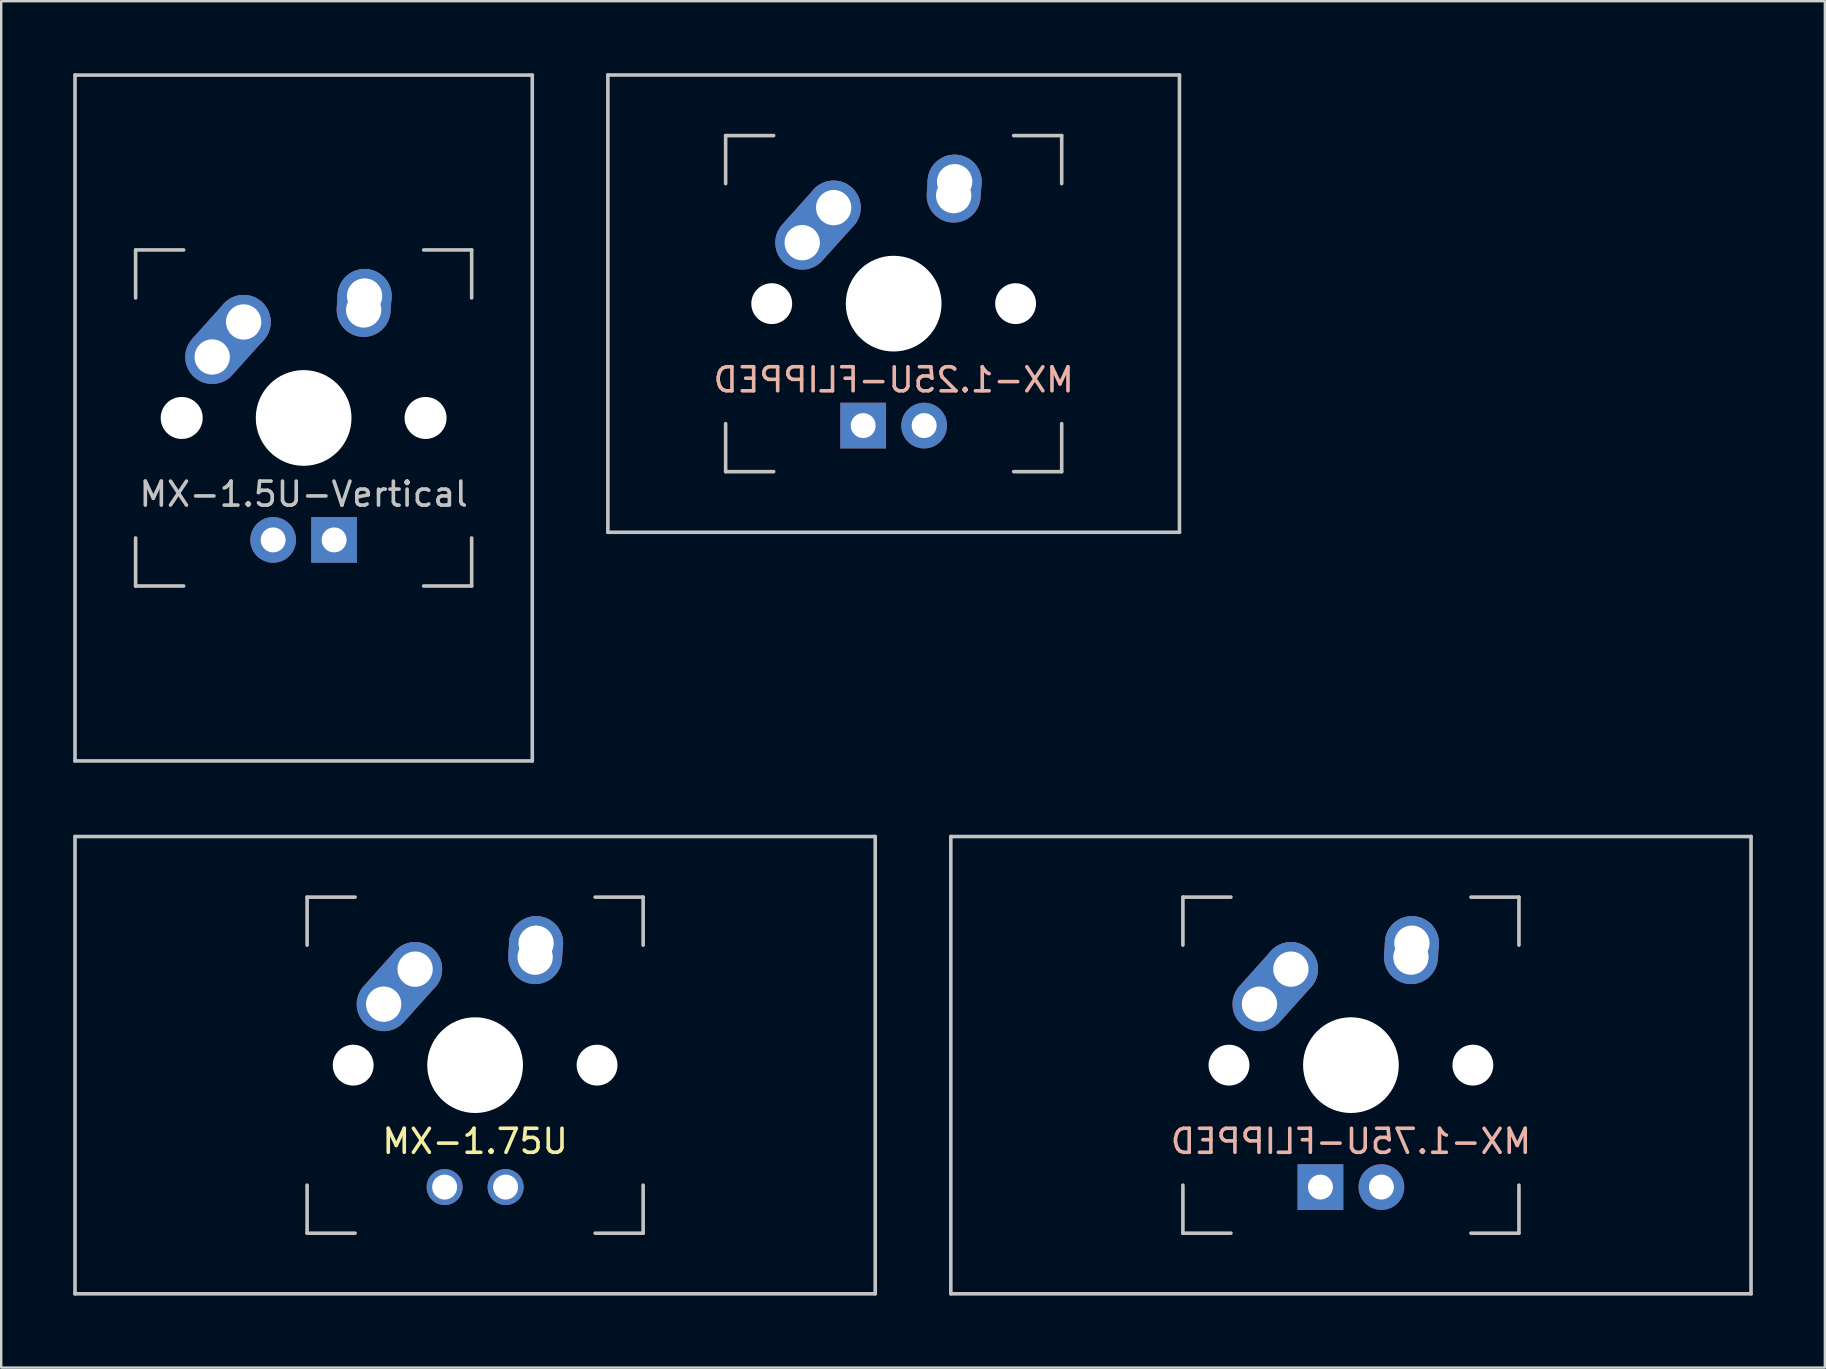
<source format=kicad_pcb>
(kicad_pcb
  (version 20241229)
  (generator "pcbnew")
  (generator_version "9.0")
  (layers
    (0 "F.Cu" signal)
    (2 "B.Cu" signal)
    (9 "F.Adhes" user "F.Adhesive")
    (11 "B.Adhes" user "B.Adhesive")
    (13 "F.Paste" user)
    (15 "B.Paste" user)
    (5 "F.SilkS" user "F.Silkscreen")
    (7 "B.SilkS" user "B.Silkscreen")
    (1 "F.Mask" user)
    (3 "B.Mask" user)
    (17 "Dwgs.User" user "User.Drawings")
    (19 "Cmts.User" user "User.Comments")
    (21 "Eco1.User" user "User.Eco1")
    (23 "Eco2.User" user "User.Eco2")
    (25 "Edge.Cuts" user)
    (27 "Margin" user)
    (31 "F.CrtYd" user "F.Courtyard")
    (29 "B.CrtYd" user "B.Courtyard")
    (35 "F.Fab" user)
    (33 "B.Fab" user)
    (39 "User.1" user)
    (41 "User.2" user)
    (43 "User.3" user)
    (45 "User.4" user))
  (footprint "MX-1.25U-FLIPPED"
    (layer "F.Cu")
    (at 34.181 9.6)
    (property "Reference" "MX-1.25U-FLIPPED" (at 0 3.175 0) (layer "B.SilkS") (effects (font (size 1 1) (thickness 0.15)) (justify mirror)))
    (attr through_hole)
    (fp_line (start -11.906 -9.525) (end 11.906 -9.525) (stroke (width 0.15) (type solid)) (layer "Dwgs.User"))
    (fp_line (start -11.906 9.525) (end -11.906 -9.525) (stroke (width 0.15) (type solid)) (layer "Dwgs.User"))
    (fp_line (start -11.906 9.525) (end 11.906 9.525) (stroke (width 0.15) (type solid)) (layer "Dwgs.User"))
    (fp_line (start -7 -7) (end -7 -5) (stroke (width 0.15) (type solid)) (layer "Dwgs.User"))
    (fp_line (start -7 5) (end -7 7) (stroke (width 0.15) (type solid)) (layer "Dwgs.User"))
    (fp_line (start -7 7) (end -5 7) (stroke (width 0.15) (type solid)) (layer "Dwgs.User"))
    (fp_line (start -5 -7) (end -7 -7) (stroke (width 0.15) (type solid)) (layer "Dwgs.User"))
    (fp_line (start 5 -7) (end 7 -7) (stroke (width 0.15) (type solid)) (layer "Dwgs.User"))
    (fp_line (start 5 7) (end 7 7) (stroke (width 0.15) (type solid)) (layer "Dwgs.User"))
    (fp_line (start 7 -7) (end 7 -5) (stroke (width 0.15) (type solid)) (layer "Dwgs.User"))
    (fp_line (start 7 7) (end 7 5) (stroke (width 0.15) (type solid)) (layer "Dwgs.User"))
    (fp_line (start 11.906 -9.525) (end 11.906 9.525) (stroke (width 0.15) (type solid)) (layer "Dwgs.User"))
    (pad "" np_thru_hole circle (at -5.08 0 48.1) (size 1.702 1.702) (drill 1.702) (layers "*.Cu" "*.Mask"))
    (pad "" np_thru_hole circle (at 0 0) (size 3.988 3.988) (drill 3.988) (layers "*.Cu" "*.Mask"))
    (pad "" np_thru_hole circle (at 5.08 0 48.1) (size 1.702 1.702) (drill 1.702) (layers "*.Cu" "*.Mask"))
    (pad "1" thru_hole oval (at -3.81 -2.54 48.1) (size 4.212 2.25) (drill 1.47 (offset 0.981 0)) (layers "*.Cu" "*.Mask"))
    (pad "1" thru_hole circle (at -2.5 -4) (size 2.25 2.25) (drill 1.47) (layers "*.Cu" "*.Mask"))
    (pad "2" thru_hole oval (at 2.5 -4.5 86.055) (size 2.831 2.25) (drill 1.47 (offset 0.291 0)) (layers "*.Cu" "*.Mask"))
    (pad "2" thru_hole circle (at 2.54 -5.08) (size 2.25 2.25) (drill 1.47) (layers "*.Cu" "*.Mask"))
    (pad "3" thru_hole circle (at 1.27 5.08) (size 1.905 1.905) (drill 1.04) (layers "*.Cu" "*.Mask"))
    (pad "4" thru_hole rect (at -1.27 5.08) (size 1.905 1.905) (drill 1.04) (layers "*.Cu" "*.Mask")))
  (footprint "MX-1.5U-Vertical"
    (layer "F.Cu")
    (at 9.6 14.363)
    (property "Reference" "MX-1.5U-Vertical" (at 0 3.175 0) (layer "Dwgs.User") (effects (font (size 1 1) (thickness 0.15))))
    (attr through_hole)
    (fp_line (start -9.525 -14.287) (end -9.525 14.287) (stroke (width 0.15) (type solid)) (layer "Dwgs.User"))
    (fp_line (start -7 -7) (end -7 -5) (stroke (width 0.15) (type solid)) (layer "Dwgs.User"))
    (fp_line (start -7 5) (end -7 7) (stroke (width 0.15) (type solid)) (layer "Dwgs.User"))
    (fp_line (start -7 7) (end -5 7) (stroke (width 0.15) (type solid)) (layer "Dwgs.User"))
    (fp_line (start -5 -7) (end -7 -7) (stroke (width 0.15) (type solid)) (layer "Dwgs.User"))
    (fp_line (start 5 -7) (end 7 -7) (stroke (width 0.15) (type solid)) (layer "Dwgs.User"))
    (fp_line (start 5 7) (end 7 7) (stroke (width 0.15) (type solid)) (layer "Dwgs.User"))
    (fp_line (start 7 -7) (end 7 -5) (stroke (width 0.15) (type solid)) (layer "Dwgs.User"))
    (fp_line (start 7 7) (end 7 5) (stroke (width 0.15) (type solid)) (layer "Dwgs.User"))
    (fp_line (start 9.525 -14.287) (end -9.525 -14.287) (stroke (width 0.15) (type solid)) (layer "Dwgs.User"))
    (fp_line (start 9.525 -14.287) (end 9.525 14.287) (stroke (width 0.15) (type solid)) (layer "Dwgs.User"))
    (fp_line (start 9.525 14.287) (end -9.525 14.287) (stroke (width 0.15) (type solid)) (layer "Dwgs.User"))
    (pad "" np_thru_hole circle (at -5.08 0 48.1) (size 1.75 1.75) (drill 1.75) (layers "*.Cu" "*.Mask"))
    (pad "" np_thru_hole circle (at 0 0) (size 3.988 3.988) (drill 3.988) (layers "*.Cu" "*.Mask"))
    (pad "" np_thru_hole circle (at 5.08 0 48.1) (size 1.75 1.75) (drill 1.75) (layers "*.Cu" "*.Mask"))
    (pad "1" thru_hole oval (at -3.81 -2.54 48.1) (size 4.212 2.25) (drill 1.47 (offset 0.981 0)) (layers "*.Cu" "B.Mask"))
    (pad "1" thru_hole circle (at -2.5 -4) (size 2.25 2.25) (drill 1.47) (layers "*.Cu" "B.Mask"))
    (pad "2" thru_hole oval (at 2.5 -4.5 86.055) (size 2.831 2.25) (drill 1.47 (offset 0.291 0)) (layers "*.Cu" "B.Mask"))
    (pad "2" thru_hole circle (at 2.54 -5.08) (size 2.25 2.25) (drill 1.47) (layers "*.Cu" "B.Mask"))
    (pad "3" thru_hole circle (at -1.27 5.08) (size 1.905 1.905) (drill 1.04) (layers "*.Cu" "B.Mask"))
    (pad "4" thru_hole rect (at 1.27 5.08) (size 1.905 1.905) (drill 1.04) (layers "*.Cu" "B.Mask")))
  (footprint "MX-1.75U-FLIPPED"
    (layer "F.Cu")
    (at 53.231 41.325)
    (property "Reference" "MX-1.75U-FLIPPED" (at 0 3.175 0) (layer "B.SilkS") (effects (font (size 1 1) (thickness 0.15)) (justify mirror)))
    (attr through_hole)
    (fp_line (start -16.669 -9.525) (end 16.669 -9.525) (stroke (width 0.15) (type solid)) (layer "Dwgs.User"))
    (fp_line (start -16.669 9.525) (end -16.669 -9.525) (stroke (width 0.15) (type solid)) (layer "Dwgs.User"))
    (fp_line (start -16.669 9.525) (end 16.669 9.525) (stroke (width 0.15) (type solid)) (layer "Dwgs.User"))
    (fp_line (start -7 -7) (end -7 -5) (stroke (width 0.15) (type solid)) (layer "Dwgs.User"))
    (fp_line (start -7 5) (end -7 7) (stroke (width 0.15) (type solid)) (layer "Dwgs.User"))
    (fp_line (start -7 7) (end -5 7) (stroke (width 0.15) (type solid)) (layer "Dwgs.User"))
    (fp_line (start -5 -7) (end -7 -7) (stroke (width 0.15) (type solid)) (layer "Dwgs.User"))
    (fp_line (start 5 -7) (end 7 -7) (stroke (width 0.15) (type solid)) (layer "Dwgs.User"))
    (fp_line (start 5 7) (end 7 7) (stroke (width 0.15) (type solid)) (layer "Dwgs.User"))
    (fp_line (start 7 -7) (end 7 -5) (stroke (width 0.15) (type solid)) (layer "Dwgs.User"))
    (fp_line (start 7 7) (end 7 5) (stroke (width 0.15) (type solid)) (layer "Dwgs.User"))
    (fp_line (start 16.669 -9.525) (end 16.669 9.525) (stroke (width 0.15) (type solid)) (layer "Dwgs.User"))
    (pad "" np_thru_hole circle (at -5.08 0 48.1) (size 1.702 1.702) (drill 1.702) (layers "*.Cu" "*.Mask"))
    (pad "" np_thru_hole circle (at 0 0) (size 3.988 3.988) (drill 3.988) (layers "*.Cu" "*.Mask"))
    (pad "" np_thru_hole circle (at 5.08 0 48.1) (size 1.702 1.702) (drill 1.702) (layers "*.Cu" "*.Mask"))
    (pad "1" thru_hole oval (at -3.81 -2.54 48.1) (size 4.212 2.25) (drill 1.47 (offset 0.981 0)) (layers "*.Cu" "*.Mask"))
    (pad "1" thru_hole circle (at -2.5 -4) (size 2.25 2.25) (drill 1.47) (layers "*.Cu" "*.Mask"))
    (pad "2" thru_hole oval (at 2.5 -4.5 86.055) (size 2.831 2.25) (drill 1.47 (offset 0.291 0)) (layers "*.Cu" "*.Mask"))
    (pad "2" thru_hole circle (at 2.54 -5.08) (size 2.25 2.25) (drill 1.47) (layers "*.Cu" "*.Mask"))
    (pad "3" thru_hole circle (at 1.27 5.08) (size 1.905 1.905) (drill 1.04) (layers "*.Cu" "*.Mask"))
    (pad "4" thru_hole rect (at -1.27 5.08) (size 1.905 1.905) (drill 1.04) (layers "*.Cu" "*.Mask")))
  (footprint "MX-1.75U"
    (layer "F.Cu")
    (at 16.744 41.325)
    (property "Reference" "MX-1.75U" (at 0 3.175 0) (layer "F.SilkS") (effects (font (size 1 1) (thickness 0.15))))
    (attr through_hole)
    (fp_line (start -16.669 -9.525) (end 16.669 -9.525) (stroke (width 0.15) (type solid)) (layer "Dwgs.User"))
    (fp_line (start -16.669 9.525) (end -16.669 -9.525) (stroke (width 0.15) (type solid)) (layer "Dwgs.User"))
    (fp_line (start -16.669 9.525) (end 16.669 9.525) (stroke (width 0.15) (type solid)) (layer "Dwgs.User"))
    (fp_line (start -7 -7) (end -7 -5) (stroke (width 0.15) (type solid)) (layer "Dwgs.User"))
    (fp_line (start -7 5) (end -7 7) (stroke (width 0.15) (type solid)) (layer "Dwgs.User"))
    (fp_line (start -7 7) (end -5 7) (stroke (width 0.15) (type solid)) (layer "Dwgs.User"))
    (fp_line (start -5 -7) (end -7 -7) (stroke (width 0.15) (type solid)) (layer "Dwgs.User"))
    (fp_line (start 5 -7) (end 7 -7) (stroke (width 0.15) (type solid)) (layer "Dwgs.User"))
    (fp_line (start 5 7) (end 7 7) (stroke (width 0.15) (type solid)) (layer "Dwgs.User"))
    (fp_line (start 7 -7) (end 7 -5) (stroke (width 0.15) (type solid)) (layer "Dwgs.User"))
    (fp_line (start 7 7) (end 7 5) (stroke (width 0.15) (type solid)) (layer "Dwgs.User"))
    (fp_line (start 16.669 -9.525) (end 16.669 9.525) (stroke (width 0.15) (type solid)) (layer "Dwgs.User"))
    (pad "" np_thru_hole circle (at -5.08 0 48.1) (size 1.702 1.702) (drill 1.702) (layers "*.Cu" "*.Mask"))
    (pad "" np_thru_hole circle (at 0 0) (size 3.988 3.988) (drill 3.988) (layers "*.Cu" "*.Mask"))
    (pad "" np_thru_hole circle (at 5.08 0 48.1) (size 1.702 1.702) (drill 1.702) (layers "*.Cu" "*.Mask"))
    (pad "1" thru_hole oval (at -3.81 -2.54 48.1) (size 4.212 2.25) (drill 1.47 (offset 0.981 0)) (layers "*.Cu" "*.Mask"))
    (pad "1" thru_hole circle (at -2.5 -4) (size 2.25 2.25) (drill 1.47) (layers "*.Cu" "*.Mask"))
    (pad "2" thru_hole oval (at 2.5 -4.5 86.055) (size 2.831 2.25) (drill 1.47 (offset 0.291 0)) (layers "*.Cu" "*.Mask"))
    (pad "2" thru_hole circle (at 2.54 -5.08) (size 2.25 2.25) (drill 1.47) (layers "*.Cu" "*.Mask"))
    (pad "3" thru_hole circle (at -1.27 5.08) (size 1.5 1.5) (drill 1.04) (layers "*.Cu" "*.Mask"))
    (pad "4" thru_hole circle (at 1.27 5.08) (size 1.5 1.5) (drill 1.04) (layers "*.Cu" "*.Mask")))
  (gr_rect
    (start -3 -3)
    (end 72.975 53.925)
    (stroke (width 0.1) (type default))
    (fill no)
    (layer "Edge.Cuts")))
</source>
